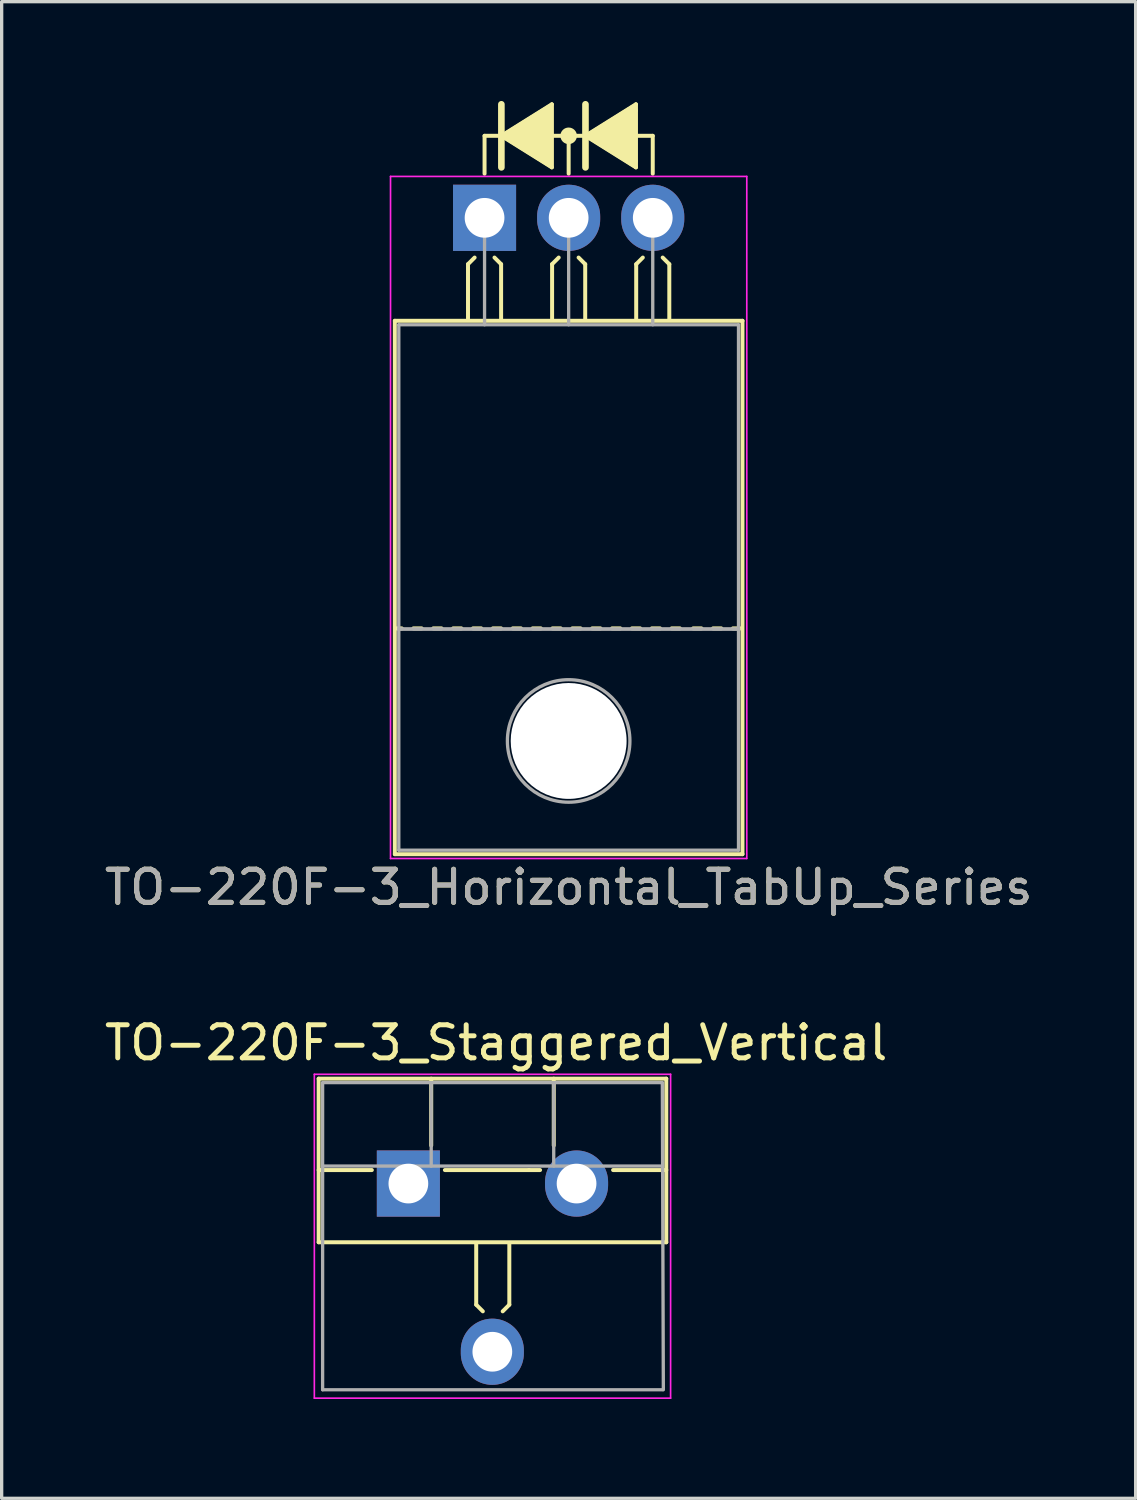
<source format=kicad_pcb>
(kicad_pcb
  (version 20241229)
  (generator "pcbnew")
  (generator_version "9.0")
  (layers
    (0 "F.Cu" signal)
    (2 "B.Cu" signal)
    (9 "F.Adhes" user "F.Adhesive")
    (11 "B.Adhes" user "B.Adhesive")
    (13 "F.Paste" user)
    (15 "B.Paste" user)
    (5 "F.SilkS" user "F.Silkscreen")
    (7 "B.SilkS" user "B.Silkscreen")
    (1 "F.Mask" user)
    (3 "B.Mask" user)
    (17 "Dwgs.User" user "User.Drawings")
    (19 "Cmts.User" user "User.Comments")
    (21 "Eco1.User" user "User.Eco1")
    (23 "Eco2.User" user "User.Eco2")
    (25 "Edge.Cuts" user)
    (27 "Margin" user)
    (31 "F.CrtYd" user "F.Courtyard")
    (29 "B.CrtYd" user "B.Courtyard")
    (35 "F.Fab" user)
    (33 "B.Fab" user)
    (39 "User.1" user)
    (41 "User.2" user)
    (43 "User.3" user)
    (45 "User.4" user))
  (footprint "TO-220F-3_Staggered_Vertical"
    (layer "F.Cu")
    (at 9.293 32.649)
    (property "Reference" "TO-220F-3_Staggered_Vertical" (at 2.642 -4.203 0) (layer "F.SilkS") (effects (font (size 1 1) (thickness 0.15))))
    (attr through_hole)
    (fp_line (start -2.719 -3.12) (end -2.719 1.821) (stroke (width 0.12) (type solid)) (layer "F.SilkS"))
    (fp_line (start -2.719 -3.12) (end 7.781 -3.12) (stroke (width 0.12) (type solid)) (layer "F.SilkS"))
    (fp_line (start -2.719 -0.36) (end -1.112 -0.36) (stroke (width 0.12) (type solid)) (layer "F.SilkS"))
    (fp_line (start -2.719 1.821) (end 7.781 1.821) (stroke (width 0.12) (type solid)) (layer "F.SilkS"))
    (fp_line (start 0.681 -3.12) (end 0.681 -1.102) (stroke (width 0.12) (type solid)) (layer "F.SilkS"))
    (fp_line (start 1.094 -0.36) (end 3.634 -0.36) (stroke (width 0.12) (type solid)) (layer "F.SilkS"))
    (fp_line (start 2.04 1.841) (end 2.04 3.707) (stroke (width 0.12) (type solid)) (layer "F.SilkS"))
    (fp_line (start 2.04 3.707) (end 2.24 3.907) (stroke (width 0.12) (type solid)) (layer "F.SilkS"))
    (fp_line (start 3.04 1.841) (end 3.04 3.707) (stroke (width 0.12) (type solid)) (layer "F.SilkS"))
    (fp_line (start 3.04 3.707) (end 2.84 3.907) (stroke (width 0.12) (type solid)) (layer "F.SilkS"))
    (fp_line (start 3.634 -0.36) (end 3.969 -0.36) (stroke (width 0.12) (type solid)) (layer "F.SilkS"))
    (fp_line (start 4.382 -3.12) (end 4.382 -1.102) (stroke (width 0.12) (type solid)) (layer "F.SilkS"))
    (fp_line (start 6.174 -0.36) (end 7.781 -0.36) (stroke (width 0.12) (type solid)) (layer "F.SilkS"))
    (fp_line (start 7.781 -3.12) (end 7.781 1.821) (stroke (width 0.12) (type solid)) (layer "F.SilkS"))
    (fp_line (start -2.849 -3.252) (end -2.849 6.53) (stroke (width 0.05) (type solid)) (layer "F.CrtYd"))
    (fp_line (start -2.849 6.53) (end 7.911 6.53) (stroke (width 0.05) (type solid)) (layer "F.CrtYd"))
    (fp_line (start 7.911 -3.252) (end -2.849 -3.252) (stroke (width 0.05) (type solid)) (layer "F.CrtYd"))
    (fp_line (start 7.911 6.53) (end 7.911 -3.252) (stroke (width 0.05) (type solid)) (layer "F.CrtYd"))
    (fp_line (start -2.599 -3) (end -2.599 6.276) (stroke (width 0.1) (type solid)) (layer "F.Fab"))
    (fp_line (start -2.599 -0.48) (end 7.661 -0.48) (stroke (width 0.1) (type solid)) (layer "F.Fab"))
    (fp_line (start -2.595 6.276) (end 7.665 6.276) (stroke (width 0.1) (type solid)) (layer "F.Fab"))
    (fp_line (start 0.681 -3) (end 0.681 -0.48) (stroke (width 0.1) (type solid)) (layer "F.Fab"))
    (fp_line (start 4.381 -3) (end 4.381 -0.48) (stroke (width 0.1) (type solid)) (layer "F.Fab"))
    (fp_line (start 7.661 -3) (end -2.599 -3) (stroke (width 0.1) (type solid)) (layer "F.Fab"))
    (fp_line (start 7.692 6.276) (end 7.661 -3) (stroke (width 0.1) (type solid)) (layer "F.Fab"))
    (pad "1" thru_hole rect (at -0.009 0.048) (size 1.905 2) (drill 1.2) (layers "*.Cu" "*.Mask"))
    (pad "2" thru_hole oval (at 2.527 5.128) (size 1.905 2) (drill 1.2) (layers "*.Cu" "*.Mask"))
    (pad "3" thru_hole oval (at 5.071 0.048) (size 1.905 2) (drill 1.2) (layers "*.Cu" "*.Mask")))
  (footprint "TO-220F-3_Horizontal_TabUp_Series"
    (layer "F.Cu")
    (at 11.585 3.529)
    (property "Reference" "TO-220F-3_Horizontal_TabUp_Series" (at 2.54 20.22 0) (layer "F.SilkS") (effects (font (size 1 1) (thickness 0.15))))
    (attr through_hole)
    (fp_line (start -2.71 19.22) (end -2.71 3.11) (stroke (width 0.12) (type solid)) (layer "F.SilkS"))
    (fp_line (start -2.5 12.4) (end -2.7 12.4) (stroke (width 0.12) (type solid)) (layer "F.SilkS"))
    (fp_line (start -1.9 12.4) (end -2.15 12.4) (stroke (width 0.12) (type solid)) (layer "F.SilkS"))
    (fp_line (start -1.3 12.4) (end -1.55 12.4) (stroke (width 0.12) (type solid)) (layer "F.SilkS"))
    (fp_line (start -0.7 12.4) (end -0.95 12.4) (stroke (width 0.12) (type solid)) (layer "F.SilkS"))
    (fp_line (start -0.5 1.4) (end -0.3 1.2) (stroke (width 0.12) (type solid)) (layer "F.SilkS"))
    (fp_line (start -0.5 3.048) (end -0.5 1.4) (stroke (width 0.12) (type solid)) (layer "F.SilkS"))
    (fp_line (start -0.1 12.4) (end -0.35 12.4) (stroke (width 0.12) (type solid)) (layer "F.SilkS"))
    (fp_line (start 0 -2.477) (end 0.508 -2.477) (stroke (width 0.12) (type solid)) (layer "F.SilkS"))
    (fp_line (start 0 -1.333) (end 0 -2.477) (stroke (width 0.12) (type solid)) (layer "F.SilkS"))
    (fp_line (start 0.5 1.4) (end 0.3 1.2) (stroke (width 0.12) (type solid)) (layer "F.SilkS"))
    (fp_line (start 0.5 3.048) (end 0.5 1.4) (stroke (width 0.12) (type solid)) (layer "F.SilkS"))
    (fp_line (start 0.5 12.4) (end 0.25 12.4) (stroke (width 0.12) (type solid)) (layer "F.SilkS"))
    (fp_line (start 0.508 -3.429) (end 0.508 -1.524) (stroke (width 0.2) (type solid)) (layer "F.SilkS"))
    (fp_line (start 0.508 -2.477) (end 2.032 -1.524) (stroke (width 0.12) (type solid)) (layer "F.SilkS"))
    (fp_line (start 1.1 12.4) (end 0.85 12.4) (stroke (width 0.12) (type solid)) (layer "F.SilkS"))
    (fp_line (start 1.7 12.4) (end 1.45 12.4) (stroke (width 0.12) (type solid)) (layer "F.SilkS"))
    (fp_line (start 2.032 -3.429) (end 0.508 -2.477) (stroke (width 0.12) (type solid)) (layer "F.SilkS"))
    (fp_line (start 2.032 -1.524) (end 2.032 -3.429) (stroke (width 0.12) (type solid)) (layer "F.SilkS"))
    (fp_line (start 2.04 1.4) (end 2.24 1.2) (stroke (width 0.12) (type solid)) (layer "F.SilkS"))
    (fp_line (start 2.04 3.048) (end 2.04 1.4) (stroke (width 0.12) (type solid)) (layer "F.SilkS"))
    (fp_line (start 2.3 12.4) (end 2.05 12.4) (stroke (width 0.12) (type solid)) (layer "F.SilkS"))
    (fp_line (start 2.54 -2.477) (end 2.032 -2.477) (stroke (width 0.12) (type solid)) (layer "F.SilkS"))
    (fp_line (start 2.54 -2.477) (end 3.048 -2.477) (stroke (width 0.12) (type solid)) (layer "F.SilkS"))
    (fp_line (start 2.54 -1.333) (end 2.54 -2.477) (stroke (width 0.12) (type solid)) (layer "F.SilkS"))
    (fp_line (start 2.9 12.4) (end 2.65 12.4) (stroke (width 0.12) (type solid)) (layer "F.SilkS"))
    (fp_line (start 3.04 1.4) (end 2.84 1.2) (stroke (width 0.12) (type solid)) (layer "F.SilkS"))
    (fp_line (start 3.04 3.048) (end 3.04 1.4) (stroke (width 0.12) (type solid)) (layer "F.SilkS"))
    (fp_line (start 3.048 -3.429) (end 3.048 -1.524) (stroke (width 0.2) (type solid)) (layer "F.SilkS"))
    (fp_line (start 3.048 -2.477) (end 4.572 -3.429) (stroke (width 0.12) (type solid)) (layer "F.SilkS"))
    (fp_line (start 3.048 -2.477) (end 4.572 -1.524) (stroke (width 0.12) (type solid)) (layer "F.SilkS"))
    (fp_line (start 3.5 12.4) (end 3.25 12.4) (stroke (width 0.12) (type solid)) (layer "F.SilkS"))
    (fp_line (start 4.1 12.4) (end 3.85 12.4) (stroke (width 0.12) (type solid)) (layer "F.SilkS"))
    (fp_line (start 4.572 -3.239) (end 4.572 -3.429) (stroke (width 0.12) (type solid)) (layer "F.SilkS"))
    (fp_line (start 4.572 -1.714) (end 4.572 -3.239) (stroke (width 0.12) (type solid)) (layer "F.SilkS"))
    (fp_line (start 4.572 -1.714) (end 4.572 -1.524) (stroke (width 0.12) (type solid)) (layer "F.SilkS"))
    (fp_line (start 4.58 1.4) (end 4.78 1.2) (stroke (width 0.12) (type solid)) (layer "F.SilkS"))
    (fp_line (start 4.58 3.048) (end 4.58 1.4) (stroke (width 0.12) (type solid)) (layer "F.SilkS"))
    (fp_line (start 4.7 12.4) (end 4.45 12.4) (stroke (width 0.12) (type solid)) (layer "F.SilkS"))
    (fp_line (start 5.08 -2.477) (end 4.572 -2.477) (stroke (width 0.12) (type solid)) (layer "F.SilkS"))
    (fp_line (start 5.08 -1.333) (end 5.08 -2.477) (stroke (width 0.12) (type solid)) (layer "F.SilkS"))
    (fp_line (start 5.3 12.4) (end 5.05 12.4) (stroke (width 0.12) (type solid)) (layer "F.SilkS"))
    (fp_line (start 5.58 1.4) (end 5.38 1.2) (stroke (width 0.12) (type solid)) (layer "F.SilkS"))
    (fp_line (start 5.58 3.048) (end 5.58 1.4) (stroke (width 0.12) (type solid)) (layer "F.SilkS"))
    (fp_line (start 5.9 12.4) (end 5.65 12.4) (stroke (width 0.12) (type solid)) (layer "F.SilkS"))
    (fp_line (start 6.55 12.4) (end 6.3 12.4) (stroke (width 0.12) (type solid)) (layer "F.SilkS"))
    (fp_line (start 7.15 12.4) (end 6.9 12.4) (stroke (width 0.12) (type solid)) (layer "F.SilkS"))
    (fp_line (start 7.75 12.4) (end 7.5 12.4) (stroke (width 0.12) (type solid)) (layer "F.SilkS"))
    (fp_line (start 7.79 3.11) (end -2.71 3.11) (stroke (width 0.12) (type solid)) (layer "F.SilkS"))
    (fp_line (start 7.79 19.22) (end -2.71 19.22) (stroke (width 0.12) (type solid)) (layer "F.SilkS"))
    (fp_line (start 7.79 19.22) (end 7.79 3.11) (stroke (width 0.12) (type solid)) (layer "F.SilkS"))
    (fp_circle (center 2.54 -2.477) (end 2.54 -2.667) (stroke (width 0.12) (type solid)) (fill no) (layer "F.SilkS"))
    (fp_circle (center 2.54 -2.477) (end 2.54 -2.603) (stroke (width 0.12) (type solid)) (fill no) (layer "F.SilkS"))
    (fp_circle (center 2.54 -2.477) (end 2.54 -2.54) (stroke (width 0.12) (type solid)) (fill no) (layer "F.SilkS"))
    (fp_poly (pts (xy 2.032 -1.524) (xy 0.508 -2.477) (xy 2.032 -3.429)) (stroke (width 0.1) (type solid)) (fill yes) (layer "F.SilkS"))
    (fp_poly (pts (xy 3.048 -2.477) (xy 4.572 -3.429) (xy 4.572 -1.524)) (stroke (width 0.1) (type solid)) (fill yes) (layer "F.SilkS"))
    (fp_line (start -2.84 -1.25) (end -2.84 19.35) (stroke (width 0.05) (type solid)) (layer "F.CrtYd"))
    (fp_line (start -2.84 19.35) (end 7.92 19.35) (stroke (width 0.05) (type solid)) (layer "F.CrtYd"))
    (fp_line (start 7.92 -1.25) (end -2.84 -1.25) (stroke (width 0.05) (type solid)) (layer "F.CrtYd"))
    (fp_line (start 7.92 19.35) (end 7.92 -1.25) (stroke (width 0.05) (type solid)) (layer "F.CrtYd"))
    (fp_line (start -2.59 3.23) (end -2.59 12.42) (stroke (width 0.1) (type solid)) (layer "F.Fab"))
    (fp_line (start -2.59 12.42) (end -2.59 19.1) (stroke (width 0.1) (type solid)) (layer "F.Fab"))
    (fp_line (start -2.59 12.42) (end 7.67 12.42) (stroke (width 0.1) (type solid)) (layer "F.Fab"))
    (fp_line (start -2.59 19.1) (end 7.67 19.1) (stroke (width 0.1) (type solid)) (layer "F.Fab"))
    (fp_line (start 0 3.23) (end 0 0) (stroke (width 0.1) (type solid)) (layer "F.Fab"))
    (fp_line (start 2.54 3.23) (end 2.54 0) (stroke (width 0.1) (type solid)) (layer "F.Fab"))
    (fp_line (start 5.08 3.23) (end 5.08 0) (stroke (width 0.1) (type solid)) (layer "F.Fab"))
    (fp_line (start 7.67 3.23) (end -2.59 3.23) (stroke (width 0.1) (type solid)) (layer "F.Fab"))
    (fp_line (start 7.67 12.42) (end -2.59 12.42) (stroke (width 0.1) (type solid)) (layer "F.Fab"))
    (fp_line (start 7.67 12.42) (end 7.67 3.23) (stroke (width 0.1) (type solid)) (layer "F.Fab"))
    (fp_line (start 7.67 19.1) (end 7.67 12.42) (stroke (width 0.1) (type solid)) (layer "F.Fab"))
    (fp_circle (center 2.54 15.8) (end 4.39 15.8) (stroke (width 0.1) (type solid)) (fill no) (layer "F.Fab"))
    (fp_text user "${REFERENCE}" (at 2.54 20.22 0) (layer "F.Fab") (effects (font (size 1 1) (thickness 0.15))))
    (pad "" np_thru_hole oval (at 2.54 15.8) (size 3.5 3.5) (drill 3.5) (layers "*.Cu" "*.Mask"))
    (pad "1" thru_hole rect (at 0 0) (size 1.905 2) (drill 1.2) (layers "*.Cu" "*.Mask"))
    (pad "2" thru_hole oval (at 2.54 0) (size 1.905 2) (drill 1.2) (layers "*.Cu" "*.Mask"))
    (pad "3" thru_hole oval (at 5.08 0) (size 1.905 2) (drill 1.2) (layers "*.Cu" "*.Mask")))
  (gr_rect
    (start -3 -3)
    (end 31.25 42.203)
    (stroke (width 0.1) (type default))
    (fill no)
    (layer "Edge.Cuts")))
</source>
